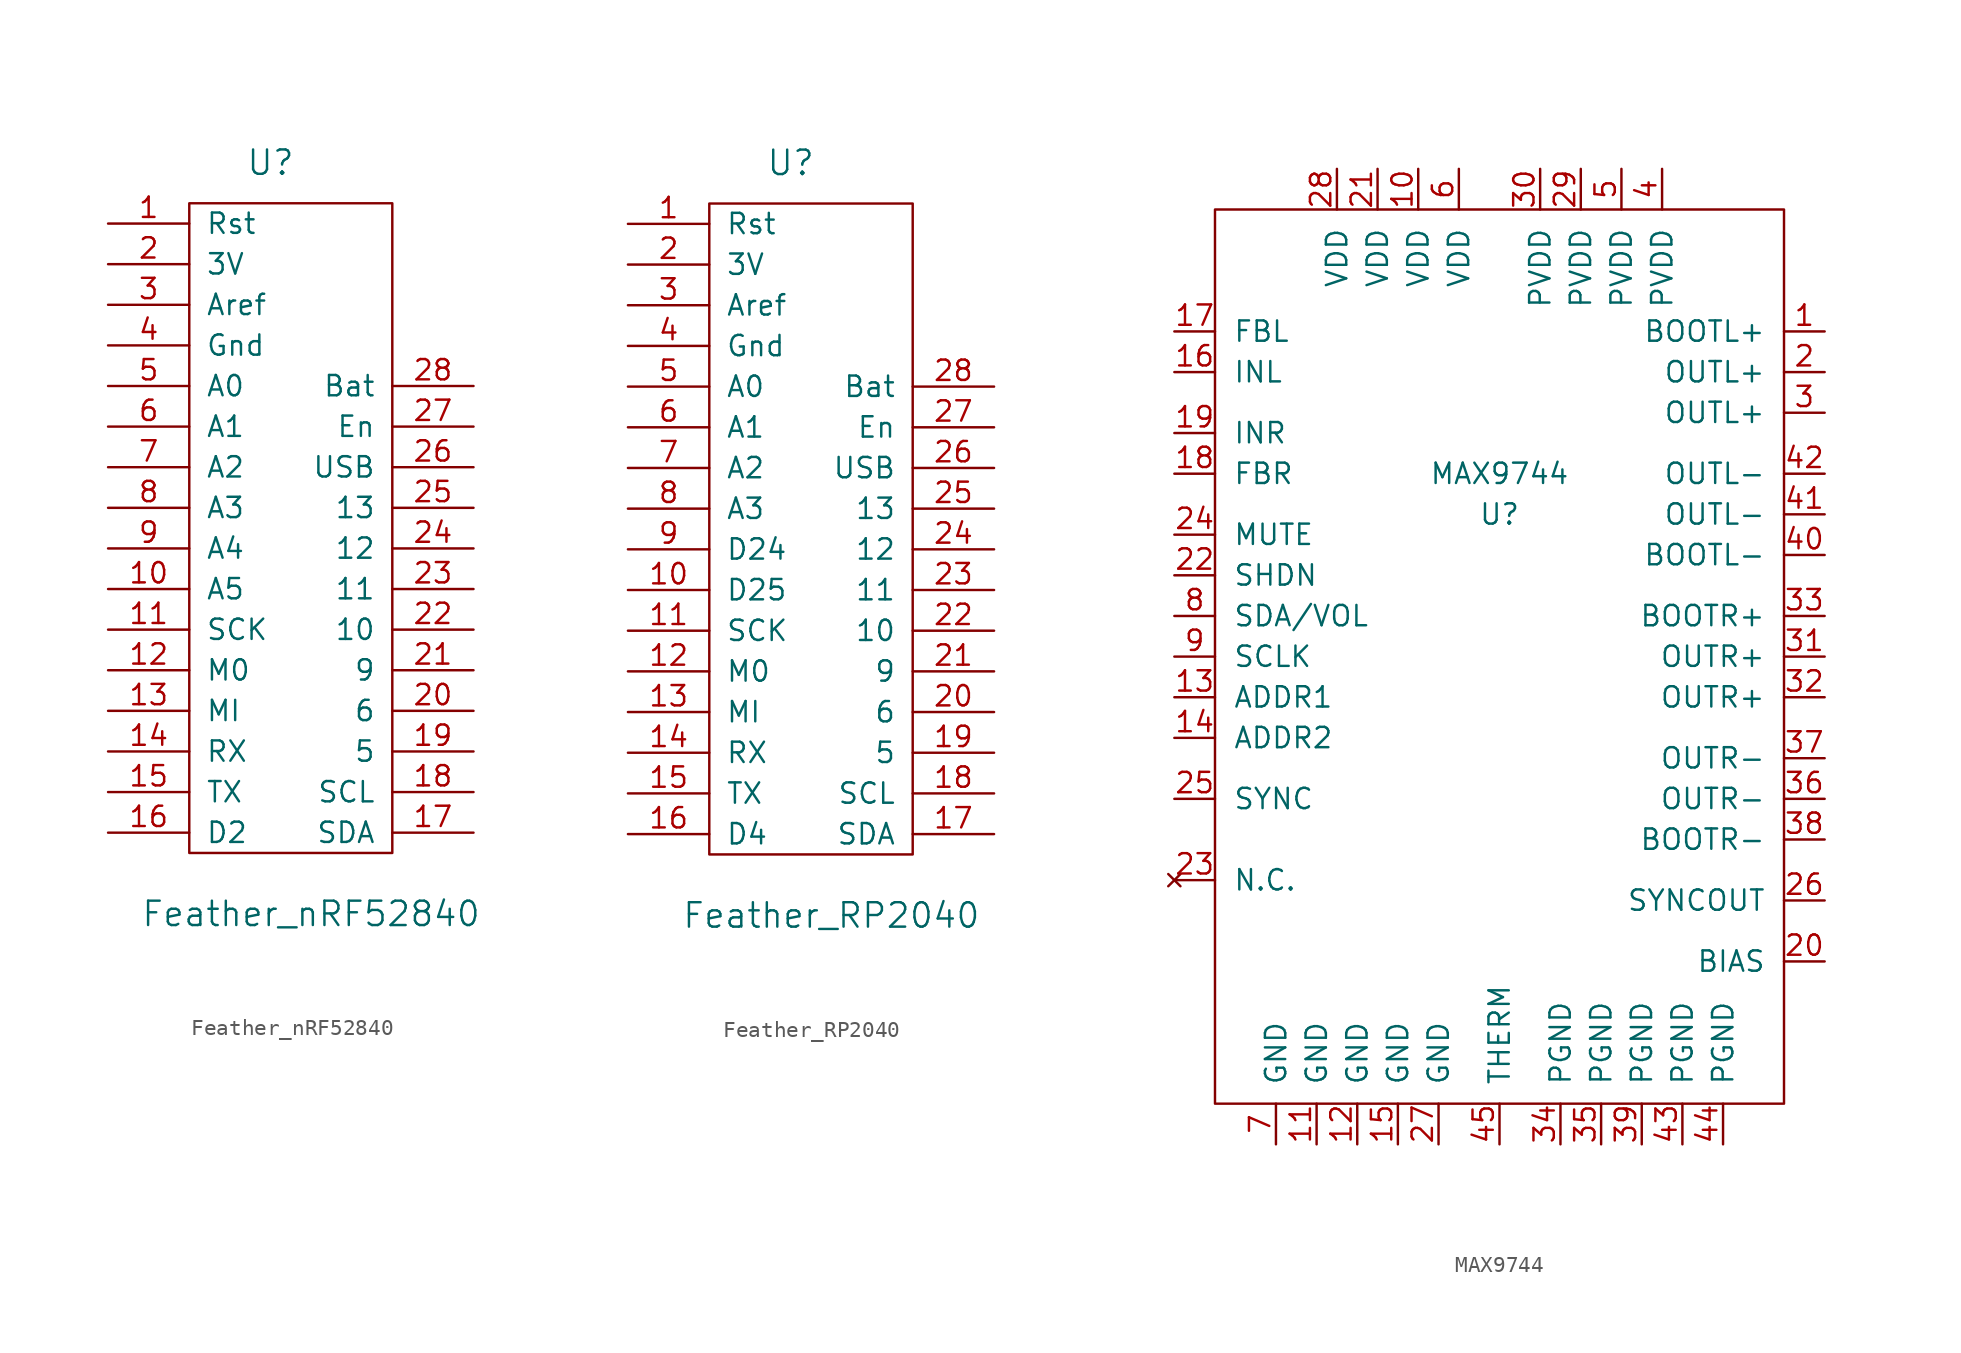
<source format=kicad_sym>
(kicad_symbol_lib
  (version 20220914)
  (generator kicad_symbol_editor)
  (symbol "Feather_nRF52840"
    (pin_names
      (offset 1.016))
    (property "Reference" "U"
      (at -1.27 20.32 0)
      (effects (font (size 1.524 1.524))))
    (property "Value" "Feather_nRF52840"
      (at 1.27 -26.67 0)
      (effects (font (size 1.524 1.524))))
    (property "Footprint" ""
      (at 0 -21.59 0)
      (effects (font (size 1.524 1.524))))
    (property "Datasheet" ""
      (at 0 -21.59 0)
      (effects (font (size 1.524 1.524))))
    (symbol "Feather_nRF52840_0_1"
      (rectangle (start -6.35 17.78) (end 6.35 -22.86) (stroke (width 0) (type solid)) (fill (type none))))
    (symbol "Feather_nRF52840_1_1"
      (pin bidirectional line (at -11.43 16.51 0) (length 5.08) (name "Rst" (effects (font (size 1.27 1.27)))) (number "1" (effects (font (size 1.27 1.27)))))
      (pin bidirectional line (at -11.43 -6.35 0) (length 5.08) (name "A5" (effects (font (size 1.27 1.27)))) (number "10" (effects (font (size 1.27 1.27)))))
      (pin bidirectional line (at -11.43 -8.89 0) (length 5.08) (name "SCK" (effects (font (size 1.27 1.27)))) (number "11" (effects (font (size 1.27 1.27)))))
      (pin bidirectional line (at -11.43 -11.43 0) (length 5.08) (name "M0" (effects (font (size 1.27 1.27)))) (number "12" (effects (font (size 1.27 1.27)))))
      (pin bidirectional line (at -11.43 -13.97 0) (length 5.08) (name "MI" (effects (font (size 1.27 1.27)))) (number "13" (effects (font (size 1.27 1.27)))))
      (pin bidirectional line (at -11.43 -16.51 0) (length 5.08) (name "RX" (effects (font (size 1.27 1.27)))) (number "14" (effects (font (size 1.27 1.27)))))
      (pin bidirectional line (at -11.43 -19.05 0) (length 5.08) (name "TX" (effects (font (size 1.27 1.27)))) (number "15" (effects (font (size 1.27 1.27)))))
      (pin bidirectional line (at -11.43 -21.59 0) (length 5.08) (name "D2" (effects (font (size 1.27 1.27)))) (number "16" (effects (font (size 1.27 1.27)))))
      (pin bidirectional line (at 11.43 -21.59 180) (length 5.08) (name "SDA" (effects (font (size 1.27 1.27)))) (number "17" (effects (font (size 1.27 1.27)))))
      (pin bidirectional line (at 11.43 -19.05 180) (length 5.08) (name "SCL" (effects (font (size 1.27 1.27)))) (number "18" (effects (font (size 1.27 1.27)))))
      (pin bidirectional line (at 11.43 -16.51 180) (length 5.08) (name "5" (effects (font (size 1.27 1.27)))) (number "19" (effects (font (size 1.27 1.27)))))
      (pin power_out line (at -11.43 13.97 0) (length 5.08) (name "3V" (effects (font (size 1.27 1.27)))) (number "2" (effects (font (size 1.27 1.27)))))
      (pin bidirectional line (at 11.43 -13.97 180) (length 5.08) (name "6" (effects (font (size 1.27 1.27)))) (number "20" (effects (font (size 1.27 1.27)))))
      (pin bidirectional line (at 11.43 -11.43 180) (length 5.08) (name "9" (effects (font (size 1.27 1.27)))) (number "21" (effects (font (size 1.27 1.27)))))
      (pin bidirectional line (at 11.43 -8.89 180) (length 5.08) (name "10" (effects (font (size 1.27 1.27)))) (number "22" (effects (font (size 1.27 1.27)))))
      (pin bidirectional line (at 11.43 -6.35 180) (length 5.08) (name "11" (effects (font (size 1.27 1.27)))) (number "23" (effects (font (size 1.27 1.27)))))
      (pin bidirectional line (at 11.43 -3.81 180) (length 5.08) (name "12" (effects (font (size 1.27 1.27)))) (number "24" (effects (font (size 1.27 1.27)))))
      (pin bidirectional line (at 11.43 -1.27 180) (length 5.08) (name "13" (effects (font (size 1.27 1.27)))) (number "25" (effects (font (size 1.27 1.27)))))
      (pin bidirectional line (at 11.43 1.27 180) (length 5.08) (name "USB" (effects (font (size 1.27 1.27)))) (number "26" (effects (font (size 1.27 1.27)))))
      (pin passive line (at 11.43 3.81 180) (length 5.08) (name "En" (effects (font (size 1.27 1.27)))) (number "27" (effects (font (size 1.27 1.27)))))
      (pin power_in line (at 11.43 6.35 180) (length 5.08) (name "Bat" (effects (font (size 1.27 1.27)))) (number "28" (effects (font (size 1.27 1.27)))))
      (pin bidirectional line (at -11.43 11.43 0) (length 5.08) (name "Aref" (effects (font (size 1.27 1.27)))) (number "3" (effects (font (size 1.27 1.27)))))
      (pin passive line (at -11.43 8.89 0) (length 5.08) (name "Gnd" (effects (font (size 1.27 1.27)))) (number "4" (effects (font (size 1.27 1.27)))))
      (pin bidirectional line (at -11.43 6.35 0) (length 5.08) (name "A0" (effects (font (size 1.27 1.27)))) (number "5" (effects (font (size 1.27 1.27)))))
      (pin bidirectional line (at -11.43 3.81 0) (length 5.08) (name "A1" (effects (font (size 1.27 1.27)))) (number "6" (effects (font (size 1.27 1.27)))))
      (pin bidirectional line (at -11.43 1.27 0) (length 5.08) (name "A2" (effects (font (size 1.27 1.27)))) (number "7" (effects (font (size 1.27 1.27)))))
      (pin bidirectional line (at -11.43 -1.27 0) (length 5.08) (name "A3" (effects (font (size 1.27 1.27)))) (number "8" (effects (font (size 1.27 1.27)))))
      (pin bidirectional line (at -11.43 -3.81 0) (length 5.08) (name "A4" (effects (font (size 1.27 1.27)))) (number "9" (effects (font (size 1.27 1.27)))))))
  (symbol "Feather_RP2040"
    (pin_names
      (offset 1.016))
    (property "Reference" "U"
      (at -1.27 20.32 0)
      (effects (font (size 1.524 1.524))))
    (property "Value" "Feather_RP2040"
      (at 1.27 -26.67 0)
      (effects (font (size 1.524 1.524))))
    (property "Footprint" ""
      (at 0 -21.59 0)
      (effects (font (size 1.524 1.524))))
    (property "Datasheet" ""
      (at 0 -21.59 0)
      (effects (font (size 1.524 1.524))))
    (symbol "Feather_RP2040_0_1"
      (rectangle (start -6.35 17.78) (end 6.35 -22.86) (stroke (width 0) (type solid)) (fill (type none))))
    (symbol "Feather_RP2040_1_1"
      (pin bidirectional line (at -11.43 16.51 0) (length 5.08) (name "Rst" (effects (font (size 1.27 1.27)))) (number "1" (effects (font (size 1.27 1.27)))))
      (pin bidirectional line (at -11.43 -6.35 0) (length 5.08) (name "D25" (effects (font (size 1.27 1.27)))) (number "10" (effects (font (size 1.27 1.27)))))
      (pin bidirectional line (at -11.43 -8.89 0) (length 5.08) (name "SCK" (effects (font (size 1.27 1.27)))) (number "11" (effects (font (size 1.27 1.27)))))
      (pin bidirectional line (at -11.43 -11.43 0) (length 5.08) (name "M0" (effects (font (size 1.27 1.27)))) (number "12" (effects (font (size 1.27 1.27)))))
      (pin bidirectional line (at -11.43 -13.97 0) (length 5.08) (name "MI" (effects (font (size 1.27 1.27)))) (number "13" (effects (font (size 1.27 1.27)))))
      (pin bidirectional line (at -11.43 -16.51 0) (length 5.08) (name "RX" (effects (font (size 1.27 1.27)))) (number "14" (effects (font (size 1.27 1.27)))))
      (pin bidirectional line (at -11.43 -19.05 0) (length 5.08) (name "TX" (effects (font (size 1.27 1.27)))) (number "15" (effects (font (size 1.27 1.27)))))
      (pin bidirectional line (at -11.43 -21.59 0) (length 5.08) (name "D4" (effects (font (size 1.27 1.27)))) (number "16" (effects (font (size 1.27 1.27)))))
      (pin bidirectional line (at 11.43 -21.59 180) (length 5.08) (name "SDA" (effects (font (size 1.27 1.27)))) (number "17" (effects (font (size 1.27 1.27)))))
      (pin bidirectional line (at 11.43 -19.05 180) (length 5.08) (name "SCL" (effects (font (size 1.27 1.27)))) (number "18" (effects (font (size 1.27 1.27)))))
      (pin bidirectional line (at 11.43 -16.51 180) (length 5.08) (name "5" (effects (font (size 1.27 1.27)))) (number "19" (effects (font (size 1.27 1.27)))))
      (pin power_out line (at -11.43 13.97 0) (length 5.08) (name "3V" (effects (font (size 1.27 1.27)))) (number "2" (effects (font (size 1.27 1.27)))))
      (pin bidirectional line (at 11.43 -13.97 180) (length 5.08) (name "6" (effects (font (size 1.27 1.27)))) (number "20" (effects (font (size 1.27 1.27)))))
      (pin bidirectional line (at 11.43 -11.43 180) (length 5.08) (name "9" (effects (font (size 1.27 1.27)))) (number "21" (effects (font (size 1.27 1.27)))))
      (pin bidirectional line (at 11.43 -8.89 180) (length 5.08) (name "10" (effects (font (size 1.27 1.27)))) (number "22" (effects (font (size 1.27 1.27)))))
      (pin bidirectional line (at 11.43 -6.35 180) (length 5.08) (name "11" (effects (font (size 1.27 1.27)))) (number "23" (effects (font (size 1.27 1.27)))))
      (pin bidirectional line (at 11.43 -3.81 180) (length 5.08) (name "12" (effects (font (size 1.27 1.27)))) (number "24" (effects (font (size 1.27 1.27)))))
      (pin bidirectional line (at 11.43 -1.27 180) (length 5.08) (name "13" (effects (font (size 1.27 1.27)))) (number "25" (effects (font (size 1.27 1.27)))))
      (pin bidirectional line (at 11.43 1.27 180) (length 5.08) (name "USB" (effects (font (size 1.27 1.27)))) (number "26" (effects (font (size 1.27 1.27)))))
      (pin passive line (at 11.43 3.81 180) (length 5.08) (name "En" (effects (font (size 1.27 1.27)))) (number "27" (effects (font (size 1.27 1.27)))))
      (pin power_in line (at 11.43 6.35 180) (length 5.08) (name "Bat" (effects (font (size 1.27 1.27)))) (number "28" (effects (font (size 1.27 1.27)))))
      (pin bidirectional line (at -11.43 11.43 0) (length 5.08) (name "Aref" (effects (font (size 1.27 1.27)))) (number "3" (effects (font (size 1.27 1.27)))))
      (pin passive line (at -11.43 8.89 0) (length 5.08) (name "Gnd" (effects (font (size 1.27 1.27)))) (number "4" (effects (font (size 1.27 1.27)))))
      (pin bidirectional line (at -11.43 6.35 0) (length 5.08) (name "A0" (effects (font (size 1.27 1.27)))) (number "5" (effects (font (size 1.27 1.27)))))
      (pin bidirectional line (at -11.43 3.81 0) (length 5.08) (name "A1" (effects (font (size 1.27 1.27)))) (number "6" (effects (font (size 1.27 1.27)))))
      (pin bidirectional line (at -11.43 1.27 0) (length 5.08) (name "A2" (effects (font (size 1.27 1.27)))) (number "7" (effects (font (size 1.27 1.27)))))
      (pin bidirectional line (at -11.43 -1.27 0) (length 5.08) (name "A3" (effects (font (size 1.27 1.27)))) (number "8" (effects (font (size 1.27 1.27)))))
      (pin bidirectional line (at -11.43 -3.81 0) (length 5.08) (name "D24" (effects (font (size 1.27 1.27)))) (number "9" (effects (font (size 1.27 1.27)))))))
  (symbol "MAX9744"
    (pin_names
      (offset 1.118))
    (property "Reference" "U"
      (at 0 3.81 0)
      (effects (font (size 1.27 1.27))))
    (property "Value" "MAX9744"
      (at 0 6.35 0)
      (effects (font (size 1.27 1.27))))
    (symbol "MAX9744_0_1"
      (polyline (pts (xy -17.78 22.86) (xy 17.78 22.86) (xy 17.78 -33.02) (xy -17.78 -33.02) (xy -17.78 22.86)) (stroke (width 0) (type solid)) (fill (type none))))
    (symbol "MAX9744_1_1"
      (pin output line (at 20.32 15.24 180) (length 2.54) (name "BOOTL+" (effects (font (size 1.27 1.27)))) (number "1" (effects (font (size 1.27 1.27)))))
      (pin power_in line (at -5.08 25.4 270) (length 2.54) (name "VDD" (effects (font (size 1.27 1.27)))) (number "10" (effects (font (size 1.27 1.27)))))
      (pin passive line (at -11.43 -35.56 90) (length 2.54) (name "GND" (effects (font (size 1.27 1.27)))) (number "11" (effects (font (size 1.27 1.27)))))
      (pin passive line (at -8.89 -35.56 90) (length 2.54) (name "GND" (effects (font (size 1.27 1.27)))) (number "12" (effects (font (size 1.27 1.27)))))
      (pin input line (at -20.32 -7.62 0) (length 2.54) (name "ADDR1" (effects (font (size 1.27 1.27)))) (number "13" (effects (font (size 1.27 1.27)))))
      (pin input line (at -20.32 -10.16 0) (length 2.54) (name "ADDR2" (effects (font (size 1.27 1.27)))) (number "14" (effects (font (size 1.27 1.27)))))
      (pin passive line (at -6.35 -35.56 90) (length 2.54) (name "GND" (effects (font (size 1.27 1.27)))) (number "15" (effects (font (size 1.27 1.27)))))
      (pin passive line (at -20.32 12.7 0) (length 2.54) (name "INL" (effects (font (size 1.27 1.27)))) (number "16" (effects (font (size 1.27 1.27)))))
      (pin passive line (at -20.32 15.24 0) (length 2.54) (name "FBL" (effects (font (size 1.27 1.27)))) (number "17" (effects (font (size 1.27 1.27)))))
      (pin passive line (at -20.32 6.35 0) (length 2.54) (name "FBR" (effects (font (size 1.27 1.27)))) (number "18" (effects (font (size 1.27 1.27)))))
      (pin passive line (at -20.32 8.89 0) (length 2.54) (name "INR" (effects (font (size 1.27 1.27)))) (number "19" (effects (font (size 1.27 1.27)))))
      (pin passive line (at 20.32 12.7 180) (length 2.54) (name "OUTL+" (effects (font (size 1.27 1.27)))) (number "2" (effects (font (size 1.27 1.27)))))
      (pin passive line (at 20.32 -24.13 180) (length 2.54) (name "BIAS" (effects (font (size 1.27 1.27)))) (number "20" (effects (font (size 1.27 1.27)))))
      (pin power_in line (at -7.62 25.4 270) (length 2.54) (name "VDD" (effects (font (size 1.27 1.27)))) (number "21" (effects (font (size 1.27 1.27)))))
      (pin input line (at -20.32 0 0) (length 2.54) (name "SHDN" (effects (font (size 1.27 1.27)))) (number "22" (effects (font (size 1.27 1.27)))))
      (pin no_connect line (at -20.32 -19.05 0) (length 2.54) (name "N.C." (effects (font (size 1.27 1.27)))) (number "23" (effects (font (size 1.27 1.27)))))
      (pin input line (at -20.32 2.54 0) (length 2.54) (name "MUTE" (effects (font (size 1.27 1.27)))) (number "24" (effects (font (size 1.27 1.27)))))
      (pin input line (at -20.32 -13.97 0) (length 2.54) (name "SYNC" (effects (font (size 1.27 1.27)))) (number "25" (effects (font (size 1.27 1.27)))))
      (pin output line (at 20.32 -20.32 180) (length 2.54) (name "SYNCOUT" (effects (font (size 1.27 1.27)))) (number "26" (effects (font (size 1.27 1.27)))))
      (pin passive line (at -3.81 -35.56 90) (length 2.54) (name "GND" (effects (font (size 1.27 1.27)))) (number "27" (effects (font (size 1.27 1.27)))))
      (pin power_in line (at -10.16 25.4 270) (length 2.54) (name "VDD" (effects (font (size 1.27 1.27)))) (number "28" (effects (font (size 1.27 1.27)))))
      (pin power_in line (at 5.08 25.4 270) (length 2.54) (name "PVDD" (effects (font (size 1.27 1.27)))) (number "29" (effects (font (size 1.27 1.27)))))
      (pin output line (at 20.32 10.16 180) (length 2.54) (name "OUTL+" (effects (font (size 1.27 1.27)))) (number "3" (effects (font (size 1.27 1.27)))))
      (pin power_in line (at 2.54 25.4 270) (length 2.54) (name "PVDD" (effects (font (size 1.27 1.27)))) (number "30" (effects (font (size 1.27 1.27)))))
      (pin output line (at 20.32 -5.08 180) (length 2.54) (name "OUTR+" (effects (font (size 1.27 1.27)))) (number "31" (effects (font (size 1.27 1.27)))))
      (pin output line (at 20.32 -7.62 180) (length 2.54) (name "OUTR+" (effects (font (size 1.27 1.27)))) (number "32" (effects (font (size 1.27 1.27)))))
      (pin output line (at 20.32 -2.54 180) (length 2.54) (name "BOOTR+" (effects (font (size 1.27 1.27)))) (number "33" (effects (font (size 1.27 1.27)))))
      (pin passive line (at 3.81 -35.56 90) (length 2.54) (name "PGND" (effects (font (size 1.27 1.27)))) (number "34" (effects (font (size 1.27 1.27)))))
      (pin passive line (at 6.35 -35.56 90) (length 2.54) (name "PGND" (effects (font (size 1.27 1.27)))) (number "35" (effects (font (size 1.27 1.27)))))
      (pin output line (at 20.32 -13.97 180) (length 2.54) (name "OUTR-" (effects (font (size 1.27 1.27)))) (number "36" (effects (font (size 1.27 1.27)))))
      (pin output line (at 20.32 -11.43 180) (length 2.54) (name "OUTR-" (effects (font (size 1.27 1.27)))) (number "37" (effects (font (size 1.27 1.27)))))
      (pin output line (at 20.32 -16.51 180) (length 2.54) (name "BOOTR-" (effects (font (size 1.27 1.27)))) (number "38" (effects (font (size 1.27 1.27)))))
      (pin passive line (at 8.89 -35.56 90) (length 2.54) (name "PGND" (effects (font (size 1.27 1.27)))) (number "39" (effects (font (size 1.27 1.27)))))
      (pin power_in line (at 10.16 25.4 270) (length 2.54) (name "PVDD" (effects (font (size 1.27 1.27)))) (number "4" (effects (font (size 1.27 1.27)))))
      (pin output line (at 20.32 1.27 180) (length 2.54) (name "BOOTL-" (effects (font (size 1.27 1.27)))) (number "40" (effects (font (size 1.27 1.27)))))
      (pin passive line (at 20.32 3.81 180) (length 2.54) (name "OUTL-" (effects (font (size 1.27 1.27)))) (number "41" (effects (font (size 1.27 1.27)))))
      (pin output line (at 20.32 6.35 180) (length 2.54) (name "OUTL-" (effects (font (size 1.27 1.27)))) (number "42" (effects (font (size 1.27 1.27)))))
      (pin passive line (at 11.43 -35.56 90) (length 2.54) (name "PGND" (effects (font (size 1.27 1.27)))) (number "43" (effects (font (size 1.27 1.27)))))
      (pin passive line (at 13.97 -35.56 90) (length 2.54) (name "PGND" (effects (font (size 1.27 1.27)))) (number "44" (effects (font (size 1.27 1.27)))))
      (pin passive line (at 0 -35.56 90) (length 2.54) (name "THERM" (effects (font (size 1.27 1.27)))) (number "45" (effects (font (size 1.27 1.27)))))
      (pin power_in line (at 7.62 25.4 270) (length 2.54) (name "PVDD" (effects (font (size 1.27 1.27)))) (number "5" (effects (font (size 1.27 1.27)))))
      (pin power_in line (at -2.54 25.4 270) (length 2.54) (name "VDD" (effects (font (size 1.27 1.27)))) (number "6" (effects (font (size 1.27 1.27)))))
      (pin passive line (at -13.97 -35.56 90) (length 2.54) (name "GND" (effects (font (size 1.27 1.27)))) (number "7" (effects (font (size 1.27 1.27)))))
      (pin input line (at -20.32 -2.54 0) (length 2.54) (name "SDA/VOL" (effects (font (size 1.27 1.27)))) (number "8" (effects (font (size 1.27 1.27)))))
      (pin input line (at -20.32 -5.08 0) (length 2.54) (name "SCLK" (effects (font (size 1.27 1.27)))) (number "9" (effects (font (size 1.27 1.27))))))))
</source>
